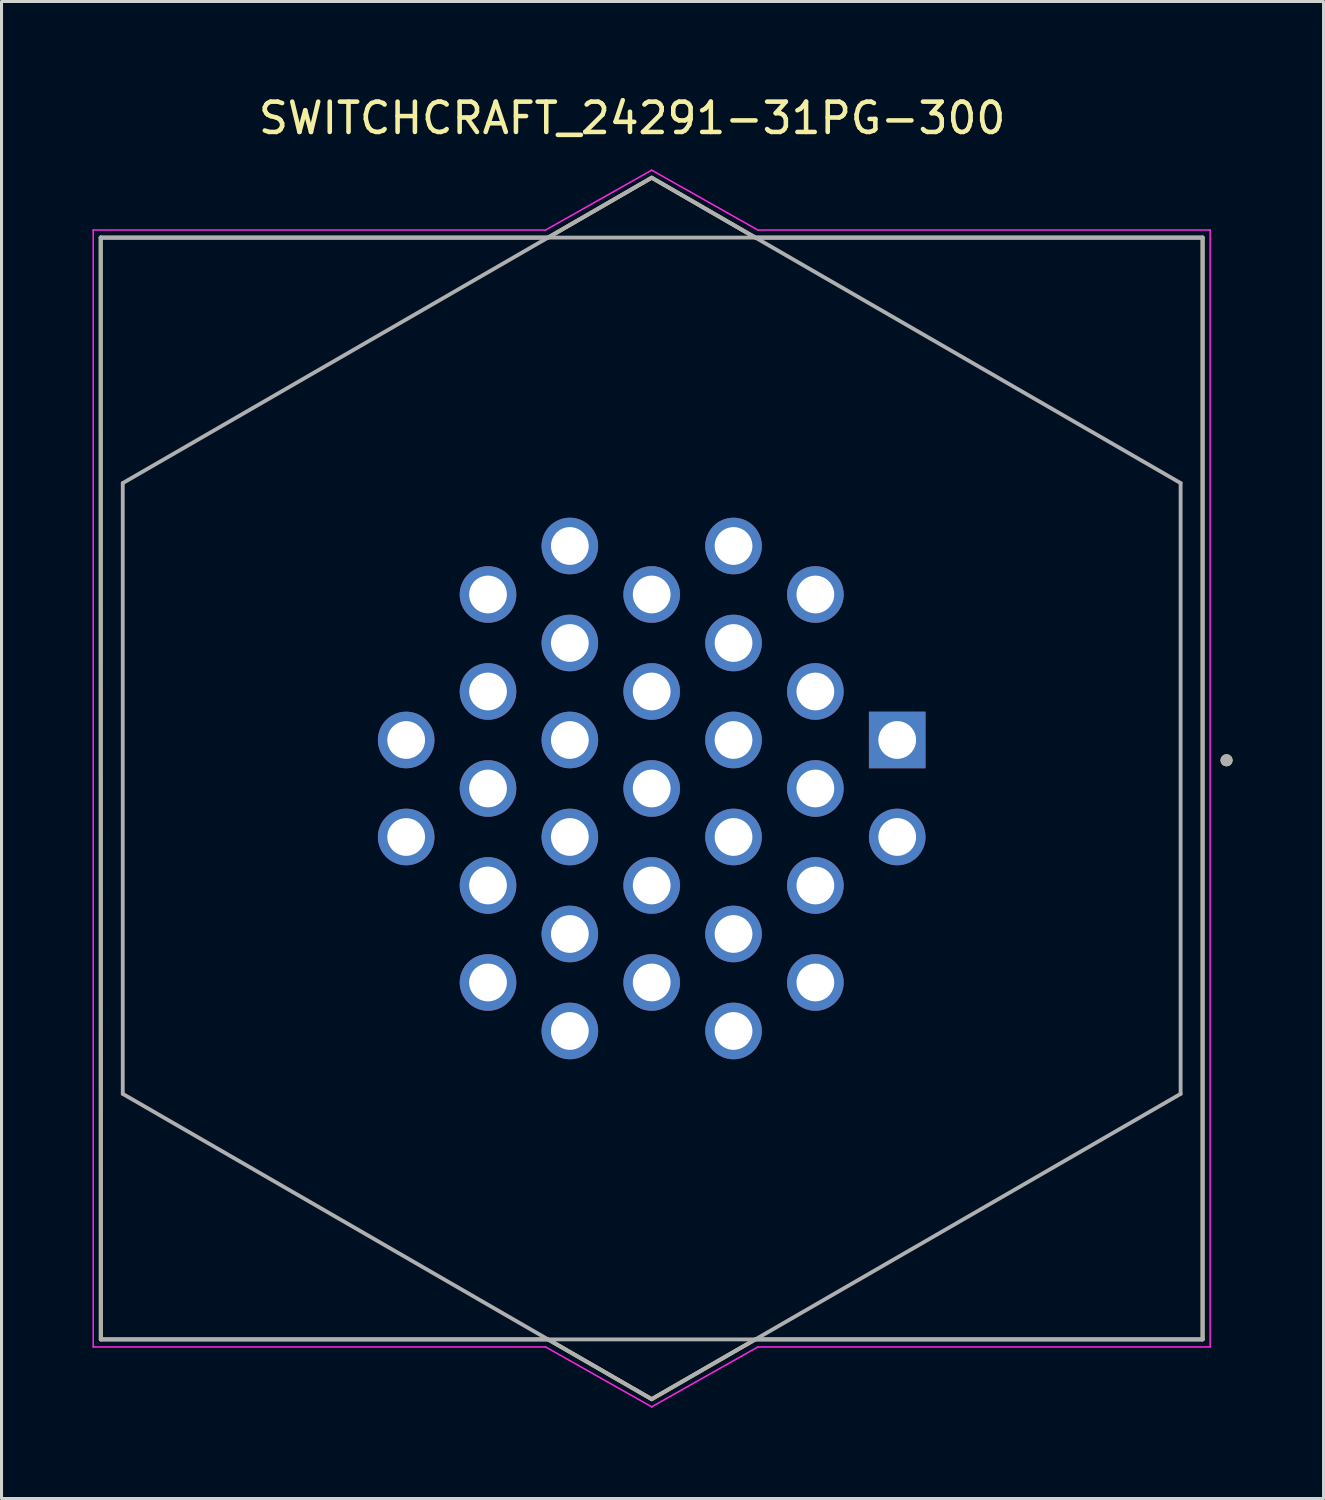
<source format=kicad_pcb>
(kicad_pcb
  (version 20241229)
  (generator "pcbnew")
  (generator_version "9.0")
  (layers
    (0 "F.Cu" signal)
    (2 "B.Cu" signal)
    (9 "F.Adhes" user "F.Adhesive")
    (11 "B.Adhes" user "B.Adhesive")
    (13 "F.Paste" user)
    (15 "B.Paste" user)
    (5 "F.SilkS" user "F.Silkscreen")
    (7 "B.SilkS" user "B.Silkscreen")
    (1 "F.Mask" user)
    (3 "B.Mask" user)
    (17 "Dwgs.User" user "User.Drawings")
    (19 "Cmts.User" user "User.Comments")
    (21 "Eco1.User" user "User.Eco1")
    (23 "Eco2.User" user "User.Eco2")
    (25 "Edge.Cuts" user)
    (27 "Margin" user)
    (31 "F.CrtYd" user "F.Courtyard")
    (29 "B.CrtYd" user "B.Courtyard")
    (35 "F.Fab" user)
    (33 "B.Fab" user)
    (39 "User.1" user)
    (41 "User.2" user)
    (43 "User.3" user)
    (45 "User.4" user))
  (footprint "SWITCHCRAFT_24291-31PG-300"
    (layer "F.Cu")
    (at 18.45 22.963)
    (property "Reference" "SWITCHCRAFT_24291-31PG-300" (at -0.645 -22.115 0) (layer "F.SilkS") (effects (font (size 1 1) (thickness 0.15))))
    (attr through_hole)
    (fp_line (start -18.18 -18.175) (end -18.175 18.175) (stroke (width 0.127) (type solid)) (layer "F.SilkS"))
    (fp_line (start -18.18 -18.175) (end -3.42 -18.175) (stroke (width 0.127) (type solid)) (layer "F.SilkS"))
    (fp_line (start -18.175 18.175) (end -3.43 18.175) (stroke (width 0.127) (type solid)) (layer "F.SilkS"))
    (fp_line (start -3.42 -18.175) (end 0 -20.15) (stroke (width 0.127) (type solid)) (layer "F.SilkS"))
    (fp_line (start 0 -20.15) (end 3.42 -18.175) (stroke (width 0.127) (type solid)) (layer "F.SilkS"))
    (fp_line (start 0 20.145) (end -3.42 18.175) (stroke (width 0.127) (type solid)) (layer "F.SilkS"))
    (fp_line (start 3.42 -18.175) (end 18.175 -18.175) (stroke (width 0.127) (type solid)) (layer "F.SilkS"))
    (fp_line (start 3.42 18.175) (end 0 20.145) (stroke (width 0.127) (type solid)) (layer "F.SilkS"))
    (fp_line (start 18.175 -18.175) (end 18.175 18.175) (stroke (width 0.127) (type solid)) (layer "F.SilkS"))
    (fp_line (start 18.175 18.175) (end 3.42 18.175) (stroke (width 0.127) (type solid)) (layer "F.SilkS"))
    (fp_circle (center 18.965 -0.93) (end 19.065 -0.93) (stroke (width 0.2) (type solid)) (fill no) (layer "F.SilkS"))
    (fp_line (start -18.425 -18.425) (end -3.5 -18.425) (stroke (width 0.05) (type solid)) (layer "F.CrtYd"))
    (fp_line (start -18.425 18.425) (end -18.425 -18.425) (stroke (width 0.05) (type solid)) (layer "F.CrtYd"))
    (fp_line (start -3.5 -18.425) (end 0 -20.4) (stroke (width 0.05) (type solid)) (layer "F.CrtYd"))
    (fp_line (start -3.5 18.425) (end -18.425 18.425) (stroke (width 0.05) (type solid)) (layer "F.CrtYd"))
    (fp_line (start 0 -20.4) (end 3.5 -18.425) (stroke (width 0.05) (type solid)) (layer "F.CrtYd"))
    (fp_line (start 0 20.4) (end -3.5 18.425) (stroke (width 0.05) (type solid)) (layer "F.CrtYd"))
    (fp_line (start 3.5 -18.425) (end 18.425 -18.425) (stroke (width 0.05) (type solid)) (layer "F.CrtYd"))
    (fp_line (start 3.5 18.425) (end 0 20.4) (stroke (width 0.05) (type solid)) (layer "F.CrtYd"))
    (fp_line (start 18.425 -18.425) (end 18.425 18.425) (stroke (width 0.05) (type solid)) (layer "F.CrtYd"))
    (fp_line (start 18.425 18.425) (end 3.5 18.425) (stroke (width 0.05) (type solid)) (layer "F.CrtYd"))
    (fp_line (start -18.175 -18.175) (end 18.175 -18.175) (stroke (width 0.127) (type solid)) (layer "F.Fab"))
    (fp_line (start -18.175 18.175) (end -18.175 -18.175) (stroke (width 0.127) (type solid)) (layer "F.Fab"))
    (fp_line (start -17.45 -10.075) (end 0 -20.15) (stroke (width 0.127) (type solid)) (layer "F.Fab"))
    (fp_line (start -17.45 10.075) (end -17.45 -10.075) (stroke (width 0.127) (type solid)) (layer "F.Fab"))
    (fp_line (start 0 -20.15) (end 17.45 -10.075) (stroke (width 0.127) (type solid)) (layer "F.Fab"))
    (fp_line (start 0 20.15) (end -17.45 10.075) (stroke (width 0.127) (type solid)) (layer "F.Fab"))
    (fp_line (start 17.45 -10.075) (end 17.45 10.075) (stroke (width 0.127) (type solid)) (layer "F.Fab"))
    (fp_line (start 17.45 10.075) (end 0 20.15) (stroke (width 0.127) (type solid)) (layer "F.Fab"))
    (fp_line (start 18.175 -18.175) (end 18.175 18.175) (stroke (width 0.127) (type solid)) (layer "F.Fab"))
    (fp_line (start 18.175 18.175) (end -18.175 18.175) (stroke (width 0.127) (type solid)) (layer "F.Fab"))
    (fp_circle (center 18.965 -0.93) (end 19.065 -0.93) (stroke (width 0.2) (type solid)) (fill no) (layer "F.Fab"))
    (pad "1" thru_hole rect (at 8.1 -1.6) (size 1.867 1.867) (drill 1.245) (layers "*.Cu" "*.Mask"))
    (pad "2" thru_hole circle (at 8.1 1.6) (size 1.867 1.867) (drill 1.245) (layers "*.Cu" "*.Mask"))
    (pad "3" thru_hole circle (at 5.4 -6.4) (size 1.867 1.867) (drill 1.245) (layers "*.Cu" "*.Mask"))
    (pad "4" thru_hole circle (at 5.4 -3.2) (size 1.867 1.867) (drill 1.245) (layers "*.Cu" "*.Mask"))
    (pad "5" thru_hole circle (at 5.4 0) (size 1.867 1.867) (drill 1.245) (layers "*.Cu" "*.Mask"))
    (pad "6" thru_hole circle (at 5.4 3.2) (size 1.867 1.867) (drill 1.245) (layers "*.Cu" "*.Mask"))
    (pad "7" thru_hole circle (at 5.4 6.4) (size 1.867 1.867) (drill 1.245) (layers "*.Cu" "*.Mask"))
    (pad "8" thru_hole circle (at 2.7 -8) (size 1.867 1.867) (drill 1.245) (layers "*.Cu" "*.Mask"))
    (pad "9" thru_hole circle (at 2.7 -4.8) (size 1.867 1.867) (drill 1.245) (layers "*.Cu" "*.Mask"))
    (pad "10" thru_hole circle (at 2.7 -1.6) (size 1.867 1.867) (drill 1.245) (layers "*.Cu" "*.Mask"))
    (pad "11" thru_hole circle (at 2.7 1.6) (size 1.867 1.867) (drill 1.245) (layers "*.Cu" "*.Mask"))
    (pad "12" thru_hole circle (at 2.7 4.8) (size 1.867 1.867) (drill 1.245) (layers "*.Cu" "*.Mask"))
    (pad "13" thru_hole circle (at 2.7 8) (size 1.867 1.867) (drill 1.245) (layers "*.Cu" "*.Mask"))
    (pad "14" thru_hole circle (at 0 -6.4) (size 1.867 1.867) (drill 1.245) (layers "*.Cu" "*.Mask"))
    (pad "15" thru_hole circle (at 0 -3.2) (size 1.867 1.867) (drill 1.245) (layers "*.Cu" "*.Mask"))
    (pad "16" thru_hole circle (at 0 0) (size 1.867 1.867) (drill 1.245) (layers "*.Cu" "*.Mask"))
    (pad "17" thru_hole circle (at 0 3.2) (size 1.867 1.867) (drill 1.245) (layers "*.Cu" "*.Mask"))
    (pad "18" thru_hole circle (at 0 6.4) (size 1.867 1.867) (drill 1.245) (layers "*.Cu" "*.Mask"))
    (pad "19" thru_hole circle (at -2.7 -8) (size 1.867 1.867) (drill 1.245) (layers "*.Cu" "*.Mask"))
    (pad "20" thru_hole circle (at -2.7 -4.8) (size 1.867 1.867) (drill 1.245) (layers "*.Cu" "*.Mask"))
    (pad "21" thru_hole circle (at -2.7 -1.6) (size 1.867 1.867) (drill 1.245) (layers "*.Cu" "*.Mask"))
    (pad "22" thru_hole circle (at -2.7 1.6) (size 1.867 1.867) (drill 1.245) (layers "*.Cu" "*.Mask"))
    (pad "23" thru_hole circle (at -2.7 4.8) (size 1.867 1.867) (drill 1.245) (layers "*.Cu" "*.Mask"))
    (pad "24" thru_hole circle (at -2.7 8) (size 1.867 1.867) (drill 1.245) (layers "*.Cu" "*.Mask"))
    (pad "25" thru_hole circle (at -5.4 -6.4) (size 1.867 1.867) (drill 1.245) (layers "*.Cu" "*.Mask"))
    (pad "26" thru_hole circle (at -5.4 -3.2) (size 1.867 1.867) (drill 1.245) (layers "*.Cu" "*.Mask"))
    (pad "27" thru_hole circle (at -5.4 0) (size 1.867 1.867) (drill 1.245) (layers "*.Cu" "*.Mask"))
    (pad "28" thru_hole circle (at -5.4 3.2) (size 1.867 1.867) (drill 1.245) (layers "*.Cu" "*.Mask"))
    (pad "29" thru_hole circle (at -5.4 6.4) (size 1.867 1.867) (drill 1.245) (layers "*.Cu" "*.Mask"))
    (pad "30" thru_hole circle (at -8.1 -1.6) (size 1.867 1.867) (drill 1.245) (layers "*.Cu" "*.Mask"))
    (pad "31" thru_hole circle (at -8.1 1.6) (size 1.867 1.867) (drill 1.245) (layers "*.Cu" "*.Mask")))
  (gr_rect
    (start -3 -3)
    (end 40.615 46.388)
    (stroke (width 0.1) (type default))
    (fill no)
    (layer "Edge.Cuts")))
</source>
